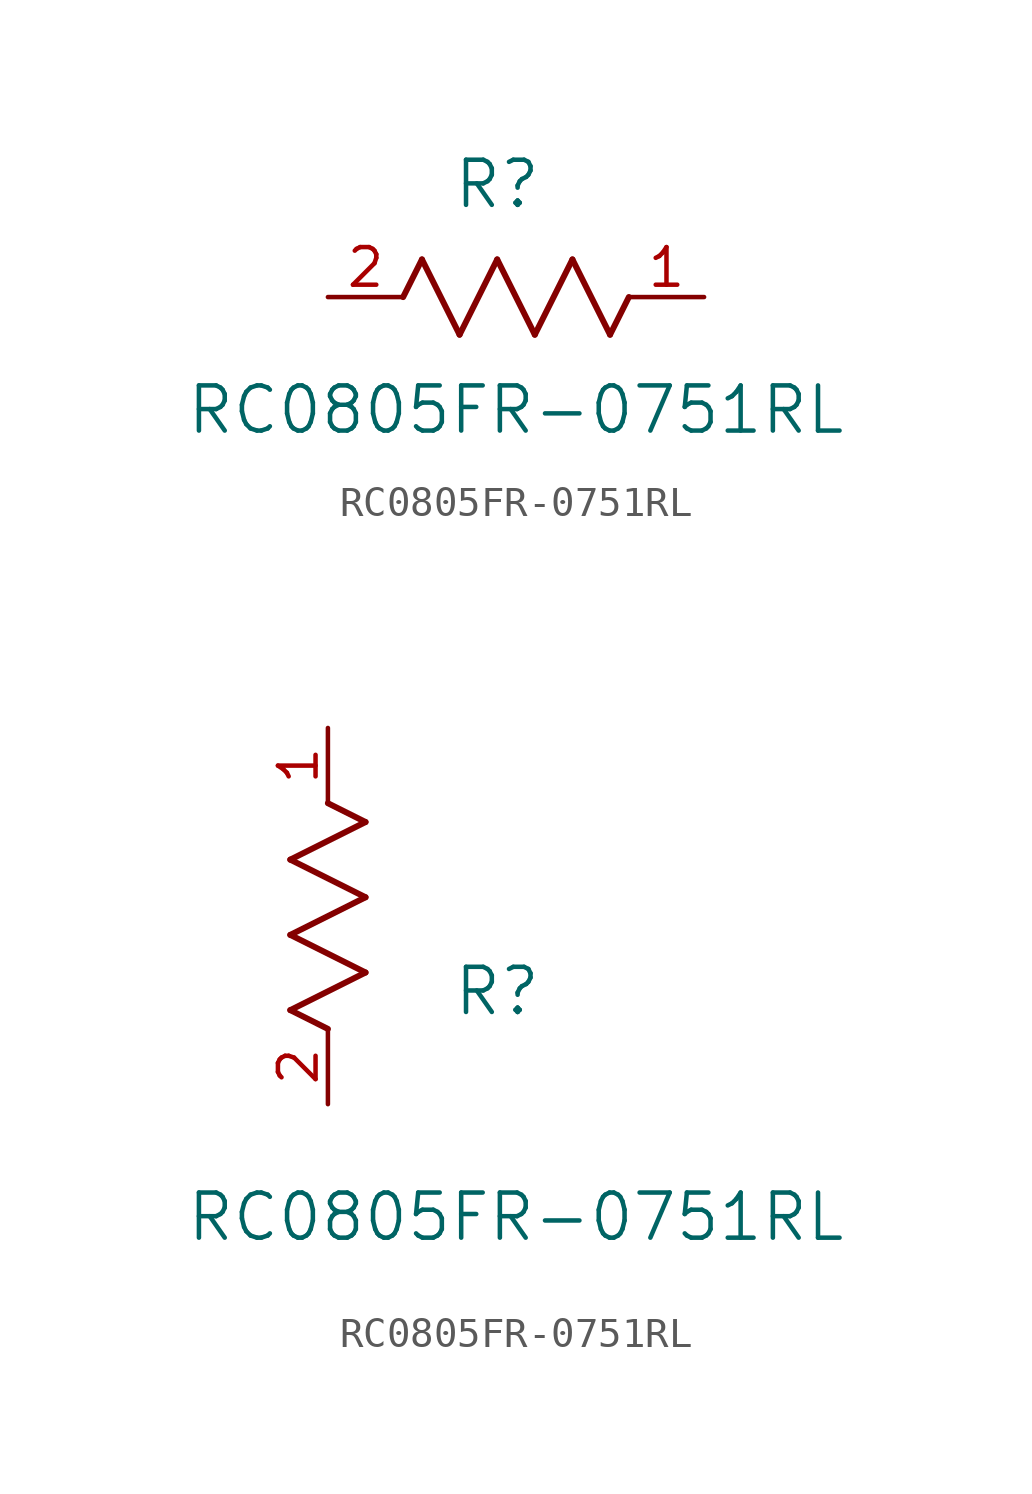
<source format=kicad_sym>
(kicad_symbol_lib
  (version 20211014)
  (generator kicad_symbol_editor)
  (symbol "RC0805FR-0751RL"
    (pin_names
      (offset 0.254))
    (property "Reference" "R"
      (at 5.715 3.81 0)
      (effects (font (size 1.524 1.524))))
    (property "Value" "RC0805FR-0751RL"
      (at 6.35 -3.81 0)
      (effects (font (size 1.524 1.524))))
    (symbol "RC0805FR-0751RL_1_1"
      (polyline (pts (xy 3.175 1.27) (xy 4.445 -1.27)) (stroke (width 0.203) (type default) (color 0 0 0 0)) (fill (type none)))
      (polyline (pts (xy 4.445 -1.27) (xy 5.715 1.27)) (stroke (width 0.203) (type default) (color 0 0 0 0)) (fill (type none)))
      (polyline (pts (xy 5.715 1.27) (xy 6.985 -1.27)) (stroke (width 0.203) (type default) (color 0 0 0 0)) (fill (type none)))
      (polyline (pts (xy 6.985 -1.27) (xy 8.255 1.27)) (stroke (width 0.203) (type default) (color 0 0 0 0)) (fill (type none)))
      (polyline (pts (xy 8.255 1.27) (xy 9.525 -1.27)) (stroke (width 0.203) (type default) (color 0 0 0 0)) (fill (type none)))
      (polyline (pts (xy 2.54 0) (xy 3.175 1.27)) (stroke (width 0.203) (type default) (color 0 0 0 0)) (fill (type none)))
      (polyline (pts (xy 9.525 -1.27) (xy 10.16 0)) (stroke (width 0.203) (type default) (color 0 0 0 0)) (fill (type none)))
      (pin unspecified line (at 12.7 0 180) (length 2.54) (name "" (effects (font (size 1.27 1.27)))) (number "1" (effects (font (size 1.27 1.27)))))
      (pin unspecified line (at 0 0 0) (length 2.54) (name "" (effects (font (size 1.27 1.27)))) (number "2" (effects (font (size 1.27 1.27))))))
    (symbol "RC0805FR-0751RL_1_2"
      (polyline (pts (xy 0 2.54) (xy -1.27 3.175)) (stroke (width 0.203) (type default) (color 0 0 0 0)) (fill (type none)))
      (polyline (pts (xy -1.27 3.175) (xy 1.27 4.445)) (stroke (width 0.203) (type default) (color 0 0 0 0)) (fill (type none)))
      (polyline (pts (xy 1.27 4.445) (xy -1.27 5.715)) (stroke (width 0.203) (type default) (color 0 0 0 0)) (fill (type none)))
      (polyline (pts (xy -1.27 5.715) (xy 1.27 6.985)) (stroke (width 0.203) (type default) (color 0 0 0 0)) (fill (type none)))
      (polyline (pts (xy -1.27 8.255) (xy 1.27 9.525)) (stroke (width 0.203) (type default) (color 0 0 0 0)) (fill (type none)))
      (polyline (pts (xy 1.27 9.525) (xy 0 10.16)) (stroke (width 0.203) (type default) (color 0 0 0 0)) (fill (type none)))
      (polyline (pts (xy 1.27 6.985) (xy -1.27 8.255)) (stroke (width 0.203) (type default) (color 0 0 0 0)) (fill (type none)))
      (pin unspecified line (at 0 12.7 270) (length 2.54) (name "" (effects (font (size 1.27 1.27)))) (number "1" (effects (font (size 1.27 1.27)))))
      (pin unspecified line (at 0 0 90) (length 2.54) (name "" (effects (font (size 1.27 1.27)))) (number "2" (effects (font (size 1.27 1.27))))))))
</source>
